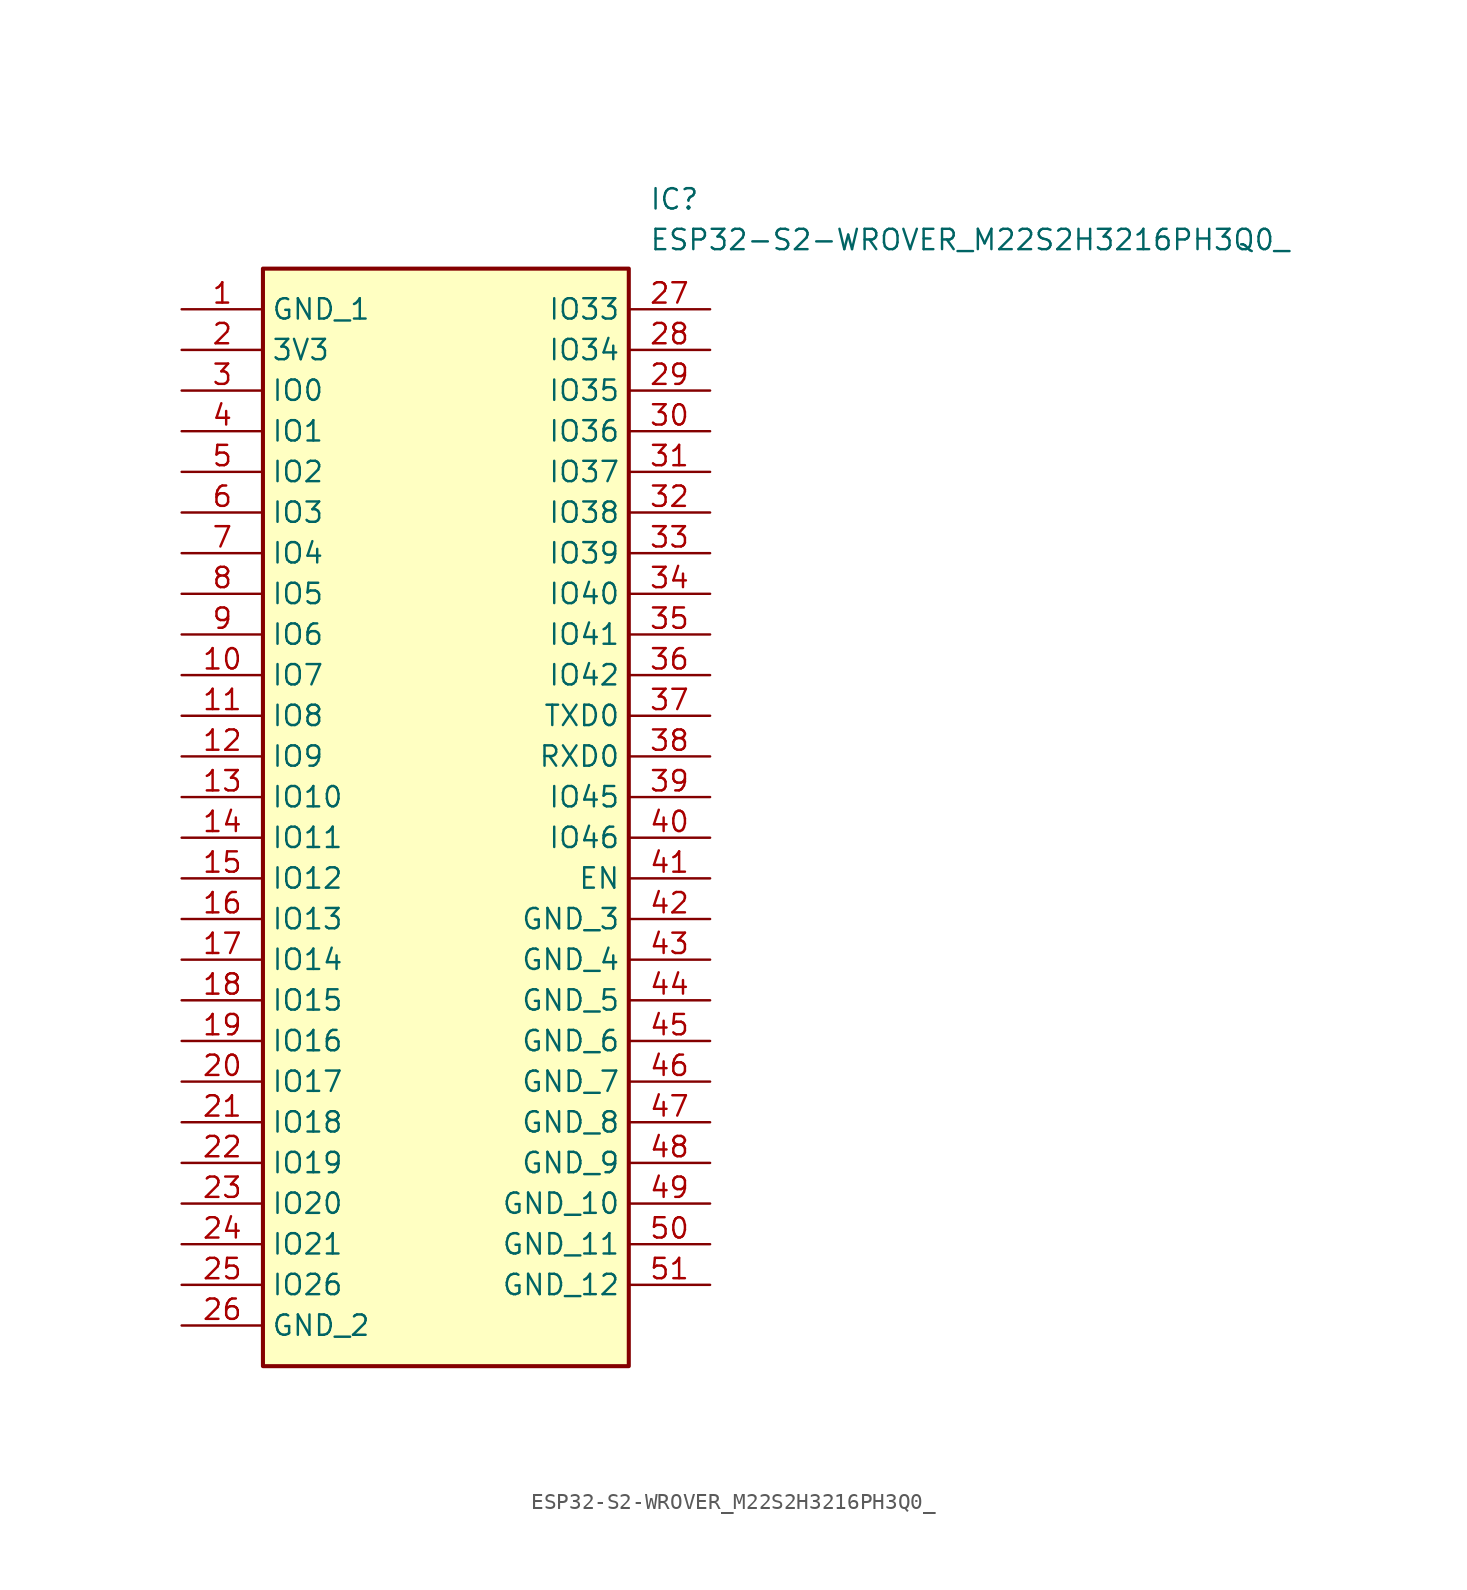
<source format=kicad_sym>
(kicad_symbol_lib
  (version 20211014)
  (generator SamacSys_ECAD_Model)
  (symbol "ESP32-S2-WROVER_M22S2H3216PH3Q0_"
    (property "Reference" "IC"
      (at 29.21 7.62 0)
      (effects (font (size 1.27 1.27)) (justify left top)))
    (property "Value" "ESP32-S2-WROVER_M22S2H3216PH3Q0_"
      (at 29.21 5.08 0)
      (effects (font (size 1.27 1.27)) (justify left top)))
    (rectangle
      (start 5.08 2.54)
      (end 27.94 -66.04)
      (stroke (width 0.254) (type default))
      (fill (type background)))
    (pin passive line
      (at 0 0 0)
      (length 5.08)
      (name "GND_1" (effects (font (size 1.27 1.27))))
      (number "1" (effects (font (size 1.27 1.27)))))
    (pin passive line
      (at 0 -2.54 0)
      (length 5.08)
      (name "3V3" (effects (font (size 1.27 1.27))))
      (number "2" (effects (font (size 1.27 1.27)))))
    (pin passive line
      (at 0 -5.08 0)
      (length 5.08)
      (name "IO0" (effects (font (size 1.27 1.27))))
      (number "3" (effects (font (size 1.27 1.27)))))
    (pin passive line
      (at 0 -7.62 0)
      (length 5.08)
      (name "IO1" (effects (font (size 1.27 1.27))))
      (number "4" (effects (font (size 1.27 1.27)))))
    (pin passive line
      (at 0 -10.16 0)
      (length 5.08)
      (name "IO2" (effects (font (size 1.27 1.27))))
      (number "5" (effects (font (size 1.27 1.27)))))
    (pin passive line
      (at 0 -12.7 0)
      (length 5.08)
      (name "IO3" (effects (font (size 1.27 1.27))))
      (number "6" (effects (font (size 1.27 1.27)))))
    (pin passive line
      (at 0 -15.24 0)
      (length 5.08)
      (name "IO4" (effects (font (size 1.27 1.27))))
      (number "7" (effects (font (size 1.27 1.27)))))
    (pin passive line
      (at 0 -17.78 0)
      (length 5.08)
      (name "IO5" (effects (font (size 1.27 1.27))))
      (number "8" (effects (font (size 1.27 1.27)))))
    (pin passive line
      (at 0 -20.32 0)
      (length 5.08)
      (name "IO6" (effects (font (size 1.27 1.27))))
      (number "9" (effects (font (size 1.27 1.27)))))
    (pin passive line
      (at 0 -22.86 0)
      (length 5.08)
      (name "IO7" (effects (font (size 1.27 1.27))))
      (number "10" (effects (font (size 1.27 1.27)))))
    (pin passive line
      (at 0 -25.4 0)
      (length 5.08)
      (name "IO8" (effects (font (size 1.27 1.27))))
      (number "11" (effects (font (size 1.27 1.27)))))
    (pin passive line
      (at 0 -27.94 0)
      (length 5.08)
      (name "IO9" (effects (font (size 1.27 1.27))))
      (number "12" (effects (font (size 1.27 1.27)))))
    (pin passive line
      (at 0 -30.48 0)
      (length 5.08)
      (name "IO10" (effects (font (size 1.27 1.27))))
      (number "13" (effects (font (size 1.27 1.27)))))
    (pin passive line
      (at 0 -33.02 0)
      (length 5.08)
      (name "IO11" (effects (font (size 1.27 1.27))))
      (number "14" (effects (font (size 1.27 1.27)))))
    (pin passive line
      (at 0 -35.56 0)
      (length 5.08)
      (name "IO12" (effects (font (size 1.27 1.27))))
      (number "15" (effects (font (size 1.27 1.27)))))
    (pin passive line
      (at 0 -38.1 0)
      (length 5.08)
      (name "IO13" (effects (font (size 1.27 1.27))))
      (number "16" (effects (font (size 1.27 1.27)))))
    (pin passive line
      (at 0 -40.64 0)
      (length 5.08)
      (name "IO14" (effects (font (size 1.27 1.27))))
      (number "17" (effects (font (size 1.27 1.27)))))
    (pin passive line
      (at 0 -43.18 0)
      (length 5.08)
      (name "IO15" (effects (font (size 1.27 1.27))))
      (number "18" (effects (font (size 1.27 1.27)))))
    (pin passive line
      (at 0 -45.72 0)
      (length 5.08)
      (name "IO16" (effects (font (size 1.27 1.27))))
      (number "19" (effects (font (size 1.27 1.27)))))
    (pin passive line
      (at 0 -48.26 0)
      (length 5.08)
      (name "IO17" (effects (font (size 1.27 1.27))))
      (number "20" (effects (font (size 1.27 1.27)))))
    (pin passive line
      (at 0 -50.8 0)
      (length 5.08)
      (name "IO18" (effects (font (size 1.27 1.27))))
      (number "21" (effects (font (size 1.27 1.27)))))
    (pin passive line
      (at 0 -53.34 0)
      (length 5.08)
      (name "IO19" (effects (font (size 1.27 1.27))))
      (number "22" (effects (font (size 1.27 1.27)))))
    (pin passive line
      (at 0 -55.88 0)
      (length 5.08)
      (name "IO20" (effects (font (size 1.27 1.27))))
      (number "23" (effects (font (size 1.27 1.27)))))
    (pin passive line
      (at 0 -58.42 0)
      (length 5.08)
      (name "IO21" (effects (font (size 1.27 1.27))))
      (number "24" (effects (font (size 1.27 1.27)))))
    (pin passive line
      (at 0 -60.96 0)
      (length 5.08)
      (name "IO26" (effects (font (size 1.27 1.27))))
      (number "25" (effects (font (size 1.27 1.27)))))
    (pin passive line
      (at 0 -63.5 0)
      (length 5.08)
      (name "GND_2" (effects (font (size 1.27 1.27))))
      (number "26" (effects (font (size 1.27 1.27)))))
    (pin passive line
      (at 33.02 0 180)
      (length 5.08)
      (name "IO33" (effects (font (size 1.27 1.27))))
      (number "27" (effects (font (size 1.27 1.27)))))
    (pin passive line
      (at 33.02 -2.54 180)
      (length 5.08)
      (name "IO34" (effects (font (size 1.27 1.27))))
      (number "28" (effects (font (size 1.27 1.27)))))
    (pin passive line
      (at 33.02 -5.08 180)
      (length 5.08)
      (name "IO35" (effects (font (size 1.27 1.27))))
      (number "29" (effects (font (size 1.27 1.27)))))
    (pin passive line
      (at 33.02 -7.62 180)
      (length 5.08)
      (name "IO36" (effects (font (size 1.27 1.27))))
      (number "30" (effects (font (size 1.27 1.27)))))
    (pin passive line
      (at 33.02 -10.16 180)
      (length 5.08)
      (name "IO37" (effects (font (size 1.27 1.27))))
      (number "31" (effects (font (size 1.27 1.27)))))
    (pin passive line
      (at 33.02 -12.7 180)
      (length 5.08)
      (name "IO38" (effects (font (size 1.27 1.27))))
      (number "32" (effects (font (size 1.27 1.27)))))
    (pin passive line
      (at 33.02 -15.24 180)
      (length 5.08)
      (name "IO39" (effects (font (size 1.27 1.27))))
      (number "33" (effects (font (size 1.27 1.27)))))
    (pin passive line
      (at 33.02 -17.78 180)
      (length 5.08)
      (name "IO40" (effects (font (size 1.27 1.27))))
      (number "34" (effects (font (size 1.27 1.27)))))
    (pin passive line
      (at 33.02 -20.32 180)
      (length 5.08)
      (name "IO41" (effects (font (size 1.27 1.27))))
      (number "35" (effects (font (size 1.27 1.27)))))
    (pin passive line
      (at 33.02 -22.86 180)
      (length 5.08)
      (name "IO42" (effects (font (size 1.27 1.27))))
      (number "36" (effects (font (size 1.27 1.27)))))
    (pin passive line
      (at 33.02 -25.4 180)
      (length 5.08)
      (name "TXD0" (effects (font (size 1.27 1.27))))
      (number "37" (effects (font (size 1.27 1.27)))))
    (pin passive line
      (at 33.02 -27.94 180)
      (length 5.08)
      (name "RXD0" (effects (font (size 1.27 1.27))))
      (number "38" (effects (font (size 1.27 1.27)))))
    (pin passive line
      (at 33.02 -30.48 180)
      (length 5.08)
      (name "IO45" (effects (font (size 1.27 1.27))))
      (number "39" (effects (font (size 1.27 1.27)))))
    (pin passive line
      (at 33.02 -33.02 180)
      (length 5.08)
      (name "IO46" (effects (font (size 1.27 1.27))))
      (number "40" (effects (font (size 1.27 1.27)))))
    (pin passive line
      (at 33.02 -35.56 180)
      (length 5.08)
      (name "EN" (effects (font (size 1.27 1.27))))
      (number "41" (effects (font (size 1.27 1.27)))))
    (pin passive line
      (at 33.02 -38.1 180)
      (length 5.08)
      (name "GND_3" (effects (font (size 1.27 1.27))))
      (number "42" (effects (font (size 1.27 1.27)))))
    (pin passive line
      (at 33.02 -40.64 180)
      (length 5.08)
      (name "GND_4" (effects (font (size 1.27 1.27))))
      (number "43" (effects (font (size 1.27 1.27)))))
    (pin passive line
      (at 33.02 -43.18 180)
      (length 5.08)
      (name "GND_5" (effects (font (size 1.27 1.27))))
      (number "44" (effects (font (size 1.27 1.27)))))
    (pin passive line
      (at 33.02 -45.72 180)
      (length 5.08)
      (name "GND_6" (effects (font (size 1.27 1.27))))
      (number "45" (effects (font (size 1.27 1.27)))))
    (pin passive line
      (at 33.02 -48.26 180)
      (length 5.08)
      (name "GND_7" (effects (font (size 1.27 1.27))))
      (number "46" (effects (font (size 1.27 1.27)))))
    (pin passive line
      (at 33.02 -50.8 180)
      (length 5.08)
      (name "GND_8" (effects (font (size 1.27 1.27))))
      (number "47" (effects (font (size 1.27 1.27)))))
    (pin passive line
      (at 33.02 -53.34 180)
      (length 5.08)
      (name "GND_9" (effects (font (size 1.27 1.27))))
      (number "48" (effects (font (size 1.27 1.27)))))
    (pin passive line
      (at 33.02 -55.88 180)
      (length 5.08)
      (name "GND_10" (effects (font (size 1.27 1.27))))
      (number "49" (effects (font (size 1.27 1.27)))))
    (pin passive line
      (at 33.02 -58.42 180)
      (length 5.08)
      (name "GND_11" (effects (font (size 1.27 1.27))))
      (number "50" (effects (font (size 1.27 1.27)))))
    (pin passive line
      (at 33.02 -60.96 180)
      (length 5.08)
      (name "GND_12" (effects (font (size 1.27 1.27))))
      (number "51" (effects (font (size 1.27 1.27)))))))
</source>
